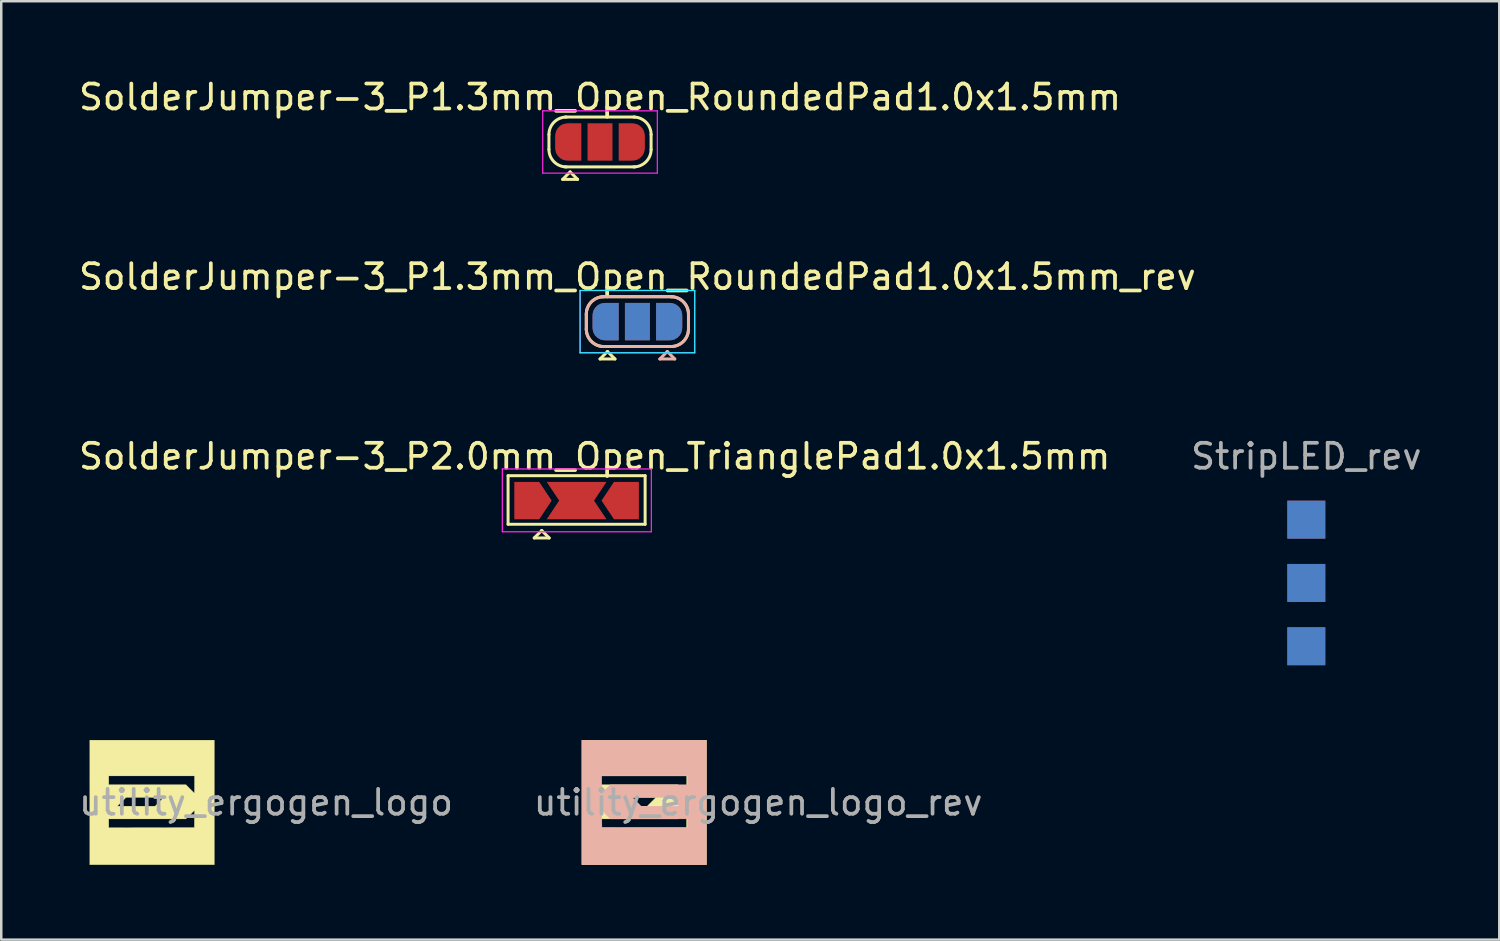
<source format=kicad_pcb>
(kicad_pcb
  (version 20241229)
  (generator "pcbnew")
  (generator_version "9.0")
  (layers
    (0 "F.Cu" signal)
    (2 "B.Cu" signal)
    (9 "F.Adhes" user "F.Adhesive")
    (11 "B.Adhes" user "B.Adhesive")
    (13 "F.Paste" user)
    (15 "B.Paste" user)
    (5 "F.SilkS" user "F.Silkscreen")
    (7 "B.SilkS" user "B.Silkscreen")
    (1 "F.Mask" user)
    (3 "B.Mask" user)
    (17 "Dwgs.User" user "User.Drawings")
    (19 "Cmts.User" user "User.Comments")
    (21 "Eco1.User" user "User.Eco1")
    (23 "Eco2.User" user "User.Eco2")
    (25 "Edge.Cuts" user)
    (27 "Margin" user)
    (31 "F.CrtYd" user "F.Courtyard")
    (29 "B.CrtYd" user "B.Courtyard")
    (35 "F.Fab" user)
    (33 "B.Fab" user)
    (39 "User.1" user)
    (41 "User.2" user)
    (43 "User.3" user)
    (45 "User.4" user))
  (footprint "SolderJumper-3_P2.0mm_Open_TrianglePad1.0x1.5mm"
    (layer "F.Cu")
    (at 20.09 17.04)
    (property "Reference" "SolderJumper-3_P2.0mm_Open_TrianglePad1.0x1.5mm" (at 0.725 -1.775 0) (layer "F.SilkS") (effects (font (size 1 1) (thickness 0.15))))
    (attr exclude_from_pos_files exclude_from_bom)
    (fp_line (start -2.75 -1) (end 2.75 -1) (stroke (width 0.12) (type solid)) (layer "F.SilkS"))
    (fp_line (start -2.75 0.95) (end -2.75 -1) (stroke (width 0.12) (type solid)) (layer "F.SilkS"))
    (fp_line (start -1.7 1.5) (end -1.1 1.5) (stroke (width 0.12) (type solid)) (layer "F.SilkS"))
    (fp_line (start -1.4 1.2) (end -1.7 1.5) (stroke (width 0.12) (type solid)) (layer "F.SilkS"))
    (fp_line (start -1.1 1.5) (end -1.4 1.2) (stroke (width 0.12) (type solid)) (layer "F.SilkS"))
    (fp_line (start 2.75 -1) (end 2.75 0.95) (stroke (width 0.12) (type solid)) (layer "F.SilkS"))
    (fp_line (start 2.75 0.95) (end -2.75 0.95) (stroke (width 0.12) (type solid)) (layer "F.SilkS"))
    (fp_line (start -2.98 -1.27) (end -2.98 1.25) (stroke (width 0.05) (type solid)) (layer "F.CrtYd"))
    (fp_line (start -2.98 -1.27) (end 3 -1.27) (stroke (width 0.05) (type solid)) (layer "F.CrtYd"))
    (fp_line (start 3 1.25) (end -2.98 1.25) (stroke (width 0.05) (type solid)) (layer "F.CrtYd"))
    (fp_line (start 3 1.25) (end 3 -1.27) (stroke (width 0.05) (type solid)) (layer "F.CrtYd"))
    (pad "" smd rect (at -1.2 0) (size 1.5 1.5) (layers "F.Mask"))
    (pad "" smd rect (at 1.2 0) (size 1.5 1.5) (layers "F.Mask"))
    (pad "1" smd custom (at -2 0) (size 0.3 0.3) (layers "F.Cu" "F.Mask") (options (anchor rect)) (primitives (gr_poly (pts (xy 1 0) (xy 0.5 0.75) (xy -0.5 0.75) (xy -0.5 -0.75) (xy 0.5 -0.75)) (width 0) (fill yes))))
    (pad "2" smd custom (at 0 0) (size 0.3 0.3) (layers "F.Cu") (options (anchor rect)) (primitives (gr_poly (pts (xy 0.7 0) (xy 1.2 0.75) (xy -1.2 0.75) (xy -0.7 0) (xy -1.2 -0.75) (xy 1.2 -0.75)) (width 0) (fill yes))))
    (pad "3" smd custom (at 2 0 180) (size 0.3 0.3) (layers "F.Cu" "F.Mask") (options (anchor rect)) (primitives (gr_poly (pts (xy 1 0) (xy 0.5 0.75) (xy -0.5 0.75) (xy -0.5 -0.75) (xy 0.5 -0.75)) (width 0) (fill yes)))))
  (footprint "utility_ergogen_logo_rev"
    (layer "F.Cu")
    (at 22.803 29.153)
    (property "Reference" "utility_ergogen_logo_rev" (at 4.572 0 0) (layer "F.Fab") (effects (font (size 1 1) (thickness 0.15))))
    (attr exclude_from_pos_files exclude_from_bom)
    (fp_poly (pts (xy 2.501 0) (xy 2.501 2.501) (xy 0 2.501) (xy -2.501 2.501) (xy -2.501 1.013) (xy -1.738 1.013) (xy -0.022 1.01) (xy 1.695 1.007) (xy 1.698 0.663) (xy 1.701 0.319) (xy 1.529 0.491) (xy 1.357 0.663) (xy -0.191 0.663) (xy -1.738 0.663) (xy -1.738 0.838) (xy -1.738 1.013) (xy -2.501 1.013) (xy -2.501 0.15) (xy -1.394 0.15) (xy -0.637 0.15) (xy 0.119 0.15) (xy 0.294 -0.025) (xy 0.469 -0.2) (xy -0.288 -0.2) (xy -1.045 -0.2) (xy -1.219 -0.025) (xy -1.394 0.15) (xy -2.501 0.15) (xy -2.501 0) (xy -2.501 -1.063) (xy -1.738 -1.063) (xy -1.738 -0.888) (xy -1.738 -0.713) (xy -0.191 -0.713) (xy 1.357 -0.713) (xy 1.526 -0.544) (xy 1.578 -0.491) (xy 1.625 -0.446) (xy 1.662 -0.409) (xy 1.687 -0.385) (xy 1.697 -0.375) (xy 1.698 -0.375) (xy 1.698 -0.387) (xy 1.699 -0.421) (xy 1.7 -0.473) (xy 1.7 -0.541) (xy 1.701 -0.621) (xy 1.701 -0.71) (xy 1.701 -0.719) (xy 1.701 -1.063) (xy -0.019 -1.063) (xy -1.738 -1.063) (xy -2.501 -1.063) (xy -2.501 -2.501) (xy 0 -2.501) (xy 2.501 -2.501)) (stroke (width 0.01) (type solid)) (fill yes) (layer "F.SilkS"))
    (fp_poly (pts (xy -2.501 0) (xy -2.501 2.501) (xy 0 2.501) (xy 2.501 2.501) (xy 2.501 1.013) (xy 1.738 1.013) (xy 0.022 1.01) (xy -1.695 1.007) (xy -1.698 0.663) (xy -1.701 0.319) (xy -1.529 0.491) (xy -1.357 0.663) (xy 0.191 0.663) (xy 1.738 0.663) (xy 1.738 0.838) (xy 1.738 1.013) (xy 2.501 1.013) (xy 2.501 0.15) (xy 1.394 0.15) (xy 0.637 0.15) (xy -0.119 0.15) (xy -0.294 -0.025) (xy -0.469 -0.2) (xy 0.288 -0.2) (xy 1.045 -0.2) (xy 1.219 -0.025) (xy 1.394 0.15) (xy 2.501 0.15) (xy 2.501 0) (xy 2.501 -1.063) (xy 1.738 -1.063) (xy 1.738 -0.888) (xy 1.738 -0.713) (xy 0.191 -0.713) (xy -1.357 -0.713) (xy -1.526 -0.544) (xy -1.578 -0.491) (xy -1.625 -0.446) (xy -1.662 -0.409) (xy -1.687 -0.385) (xy -1.697 -0.375) (xy -1.698 -0.375) (xy -1.698 -0.387) (xy -1.699 -0.421) (xy -1.7 -0.473) (xy -1.7 -0.541) (xy -1.701 -0.621) (xy -1.701 -0.71) (xy -1.701 -0.719) (xy -1.701 -1.063) (xy 0.019 -1.063) (xy 1.738 -1.063) (xy 2.501 -1.063) (xy 2.501 -2.501) (xy 0 -2.501) (xy -2.501 -2.501)) (stroke (width 0.01) (type solid)) (fill yes) (layer "B.SilkS")))
  (footprint "utility_ergogen_logo"
    (layer "F.Cu")
    (at 3.053 29.153)
    (property "Reference" "utility_ergogen_logo" (at 4.572 0 0) (layer "F.Fab") (effects (font (size 1 1) (thickness 0.15))))
    (attr exclude_from_pos_files exclude_from_bom)
    (fp_poly (pts (xy 2.501 0) (xy 2.501 2.501) (xy 0 2.501) (xy -2.501 2.501) (xy -2.501 1.013) (xy -1.738 1.013) (xy -0.022 1.01) (xy 1.695 1.007) (xy 1.698 0.663) (xy 1.701 0.319) (xy 1.529 0.491) (xy 1.357 0.663) (xy -0.191 0.663) (xy -1.738 0.663) (xy -1.738 0.838) (xy -1.738 1.013) (xy -2.501 1.013) (xy -2.501 0.15) (xy -1.394 0.15) (xy -0.637 0.15) (xy 0.119 0.15) (xy 0.294 -0.025) (xy 0.469 -0.2) (xy -0.288 -0.2) (xy -1.045 -0.2) (xy -1.219 -0.025) (xy -1.394 0.15) (xy -2.501 0.15) (xy -2.501 0) (xy -2.501 -1.063) (xy -1.738 -1.063) (xy -1.738 -0.888) (xy -1.738 -0.713) (xy -0.191 -0.713) (xy 1.357 -0.713) (xy 1.526 -0.544) (xy 1.578 -0.491) (xy 1.625 -0.446) (xy 1.662 -0.409) (xy 1.687 -0.385) (xy 1.697 -0.375) (xy 1.698 -0.375) (xy 1.698 -0.387) (xy 1.699 -0.421) (xy 1.7 -0.473) (xy 1.7 -0.541) (xy 1.701 -0.621) (xy 1.701 -0.71) (xy 1.701 -0.719) (xy 1.701 -1.063) (xy -0.019 -1.063) (xy -1.738 -1.063) (xy -2.501 -1.063) (xy -2.501 -2.501) (xy 0 -2.501) (xy 2.501 -2.501)) (stroke (width 0.01) (type solid)) (fill yes) (layer "F.SilkS")))
  (footprint "StripLED_rev"
    (layer "F.Cu")
    (at 49.375 17.805)
    (property "Reference" "StripLED_rev" (at 0 -2.54 0) (layer "F.Fab") (effects (font (size 1 1) (thickness 0.15))))
    (attr through_hole)
    (pad "1" smd rect (at 0 0) (size 1.524 1.524) (layers "F.Cu" "F.Mask" "F.Paste"))
    (pad "1" smd rect (at 0 5.08) (size 1.524 1.524) (layers "B.Cu" "B.Mask" "B.Paste"))
    (pad "2" smd rect (at 0 2.54) (size 1.524 1.524) (layers "F.Cu" "F.Mask" "F.Paste"))
    (pad "2" smd rect (at 0 2.54) (size 1.524 1.524) (layers "B.Cu" "B.Mask" "B.Paste"))
    (pad "3" smd rect (at 0 0) (size 1.524 1.524) (layers "B.Cu" "B.Mask" "B.Paste"))
    (pad "3" smd rect (at 0 5.08) (size 1.524 1.524) (layers "F.Cu" "F.Mask" "F.Paste")))
  (footprint "SolderJumper-3_P1.3mm_Open_RoundedPad1.0x1.5mm"
    (layer "F.Cu")
    (at 21.03 2.648)
    (property "Reference" "SolderJumper-3_P1.3mm_Open_RoundedPad1.0x1.5mm" (at 0 -1.8 0) (layer "F.SilkS") (effects (font (size 1 1) (thickness 0.15))))
    (attr exclude_from_pos_files exclude_from_bom)
    (fp_line (start -2.05 0.3) (end -2.05 -0.3) (stroke (width 0.12) (type solid)) (layer "F.SilkS"))
    (fp_line (start -1.5 1.5) (end -0.9 1.5) (stroke (width 0.12) (type solid)) (layer "F.SilkS"))
    (fp_line (start -1.4 -1) (end 1.4 -1) (stroke (width 0.12) (type solid)) (layer "F.SilkS"))
    (fp_line (start -1.2 1.2) (end -1.5 1.5) (stroke (width 0.12) (type solid)) (layer "F.SilkS"))
    (fp_line (start -1.2 1.2) (end -0.9 1.5) (stroke (width 0.12) (type solid)) (layer "F.SilkS"))
    (fp_line (start 1.4 1) (end -1.4 1) (stroke (width 0.12) (type solid)) (layer "F.SilkS"))
    (fp_line (start 2.05 -0.3) (end 2.05 0.3) (stroke (width 0.12) (type solid)) (layer "F.SilkS"))
    (fp_arc (start -2.05 -0.3) (mid -1.844975 -0.794975) (end -1.35 -1) (stroke (width 0.12) (type solid)) (layer "F.SilkS"))
    (fp_arc (start -1.35 1) (mid -1.844975 0.794975) (end -2.05 0.3) (stroke (width 0.12) (type solid)) (layer "F.SilkS"))
    (fp_arc (start 1.35 -1) (mid 1.844975 -0.794975) (end 2.05 -0.3) (stroke (width 0.12) (type solid)) (layer "F.SilkS"))
    (fp_arc (start 2.05 0.3) (mid 1.844975 0.794975) (end 1.35 1) (stroke (width 0.12) (type solid)) (layer "F.SilkS"))
    (fp_line (start -2.3 -1.25) (end -2.3 1.25) (stroke (width 0.05) (type solid)) (layer "F.CrtYd"))
    (fp_line (start -2.3 -1.25) (end 2.3 -1.25) (stroke (width 0.05) (type solid)) (layer "F.CrtYd"))
    (fp_line (start 2.3 1.25) (end -2.3 1.25) (stroke (width 0.05) (type solid)) (layer "F.CrtYd"))
    (fp_line (start 2.3 1.25) (end 2.3 -1.25) (stroke (width 0.05) (type solid)) (layer "F.CrtYd"))
    (pad "1" smd custom (at -1.3 0) (size 1 0.5) (layers "F.Cu" "F.Mask") (options (anchor rect)) (primitives (gr_circle (center 0 0.25) (end 0.5 0.25) (width 0) (fill yes)) (gr_circle (center 0 -0.25) (end 0.5 -0.25) (width 0) (fill yes)) (gr_poly (pts (xy 0.55 0.75) (xy 0 0.75) (xy 0 -0.75) (xy 0.55 -0.75)) (width 0) (fill yes))))
    (pad "2" smd rect (at 0 0) (size 1 1.5) (layers "F.Cu" "F.Mask"))
    (pad "3" smd custom (at 1.3 0) (size 1 0.5) (layers "F.Cu" "F.Mask") (options (anchor rect)) (primitives (gr_circle (center 0 0.25) (end 0.5 0.25) (width 0) (fill yes)) (gr_circle (center 0 -0.25) (end 0.5 -0.25) (width 0) (fill yes)) (gr_poly (pts (xy 0 0.75) (xy -0.55 0.75) (xy -0.55 -0.75) (xy 0 -0.75)) (width 0) (fill yes)))))
  (footprint "SolderJumper-3_P1.3mm_Open_RoundedPad1.0x1.5mm_rev"
    (layer "F.Cu")
    (at 22.53 9.857)
    (property "Reference" "SolderJumper-3_P1.3mm_Open_RoundedPad1.0x1.5mm_rev" (at 0 -1.8 0) (layer "F.SilkS") (effects (font (size 1 1) (thickness 0.15))))
    (attr exclude_from_pos_files exclude_from_bom)
    (fp_line (start -2.05 0.3) (end -2.05 -0.3) (stroke (width 0.12) (type solid)) (layer "F.SilkS"))
    (fp_line (start -1.5 1.5) (end -0.9 1.5) (stroke (width 0.12) (type solid)) (layer "F.SilkS"))
    (fp_line (start -1.4 -1) (end 1.4 -1) (stroke (width 0.12) (type solid)) (layer "F.SilkS"))
    (fp_line (start -1.2 1.2) (end -1.5 1.5) (stroke (width 0.12) (type solid)) (layer "F.SilkS"))
    (fp_line (start -1.2 1.2) (end -0.9 1.5) (stroke (width 0.12) (type solid)) (layer "F.SilkS"))
    (fp_line (start 1.4 1) (end -1.4 1) (stroke (width 0.12) (type solid)) (layer "F.SilkS"))
    (fp_line (start 2.05 -0.3) (end 2.05 0.3) (stroke (width 0.12) (type solid)) (layer "F.SilkS"))
    (fp_arc (start -2.05 -0.3) (mid -1.844975 -0.794975) (end -1.35 -1) (stroke (width 0.12) (type solid)) (layer "F.SilkS"))
    (fp_arc (start -1.35 1) (mid -1.844975 0.794975) (end -2.05 0.3) (stroke (width 0.12) (type solid)) (layer "F.SilkS"))
    (fp_arc (start 1.35 -1) (mid 1.844975 -0.794975) (end 2.05 -0.3) (stroke (width 0.12) (type solid)) (layer "F.SilkS"))
    (fp_arc (start 2.05 0.3) (mid 1.844975 0.794975) (end 1.35 1) (stroke (width 0.12) (type solid)) (layer "F.SilkS"))
    (fp_line (start -2.05 -0.3) (end -2.05 0.3) (stroke (width 0.12) (type solid)) (layer "B.SilkS"))
    (fp_line (start -1.4 1) (end 1.4 1) (stroke (width 0.12) (type solid)) (layer "B.SilkS"))
    (fp_line (start 1.2 1.2) (end 0.9 1.5) (stroke (width 0.12) (type solid)) (layer "B.SilkS"))
    (fp_line (start 1.2 1.2) (end 1.5 1.5) (stroke (width 0.12) (type solid)) (layer "B.SilkS"))
    (fp_line (start 1.4 -1) (end -1.4 -1) (stroke (width 0.12) (type solid)) (layer "B.SilkS"))
    (fp_line (start 1.5 1.5) (end 0.9 1.5) (stroke (width 0.12) (type solid)) (layer "B.SilkS"))
    (fp_line (start 2.05 0.3) (end 2.05 -0.3) (stroke (width 0.12) (type solid)) (layer "B.SilkS"))
    (fp_arc (start -2.05 -0.3) (mid -1.844975 -0.794975) (end -1.35 -1) (stroke (width 0.12) (type solid)) (layer "B.SilkS"))
    (fp_arc (start -1.35 1) (mid -1.844975 0.794975) (end -2.05 0.3) (stroke (width 0.12) (type solid)) (layer "B.SilkS"))
    (fp_arc (start 1.35 -1) (mid 1.844975 -0.794975) (end 2.05 -0.3) (stroke (width 0.12) (type solid)) (layer "B.SilkS"))
    (fp_arc (start 2.05 0.3) (mid 1.844975 0.794975) (end 1.35 1) (stroke (width 0.12) (type solid)) (layer "B.SilkS"))
    (fp_line (start -2.3 1.25) (end -2.3 -1.25) (stroke (width 0.05) (type solid)) (layer "B.CrtYd"))
    (fp_line (start -2.3 1.25) (end 2.3 1.25) (stroke (width 0.05) (type solid)) (layer "B.CrtYd"))
    (fp_line (start 2.3 -1.25) (end -2.3 -1.25) (stroke (width 0.05) (type solid)) (layer "B.CrtYd"))
    (fp_line (start 2.3 -1.25) (end 2.3 1.25) (stroke (width 0.05) (type solid)) (layer "B.CrtYd"))
    (fp_line (start -2.3 -1.25) (end -2.3 1.25) (stroke (width 0.05) (type solid)) (layer "F.CrtYd"))
    (fp_line (start -2.3 -1.25) (end 2.3 -1.25) (stroke (width 0.05) (type solid)) (layer "F.CrtYd"))
    (fp_line (start 2.3 1.25) (end -2.3 1.25) (stroke (width 0.05) (type solid)) (layer "F.CrtYd"))
    (fp_line (start 2.3 1.25) (end 2.3 -1.25) (stroke (width 0.05) (type solid)) (layer "F.CrtYd"))
    (pad "1" smd custom (at -1.3 0) (size 1 0.5) (layers "F.Cu" "F.Mask") (options (anchor rect)) (primitives (gr_circle (center 0 0.25) (end 0.5 0.25) (width 0) (fill yes)) (gr_circle (center 0 -0.25) (end 0.5 -0.25) (width 0) (fill yes)) (gr_poly (pts (xy 0.55 0.75) (xy 0 0.75) (xy 0 -0.75) (xy 0.55 -0.75)) (width 0) (fill yes))))
    (pad "1" smd custom (at -1.3 0) (size 1 0.5) (layers "B.Cu" "B.Mask") (options (anchor rect)) (primitives (gr_circle (center 0 0.25) (end -0.5 0.25) (width 0) (fill yes)) (gr_circle (center 0 -0.25) (end -0.5 -0.25) (width 0) (fill yes)) (gr_poly (pts (xy 0 0.75) (xy 0.55 0.75) (xy 0.55 -0.75) (xy 0 -0.75)) (width 0) (fill yes))))
    (pad "2" smd rect (at 0 0) (size 1 1.5) (layers "F.Cu" "F.Mask"))
    (pad "2" smd rect (at 0 0) (size 1 1.5) (layers "B.Cu" "B.Mask"))
    (pad "3" smd custom (at 1.3 0) (size 1 0.5) (layers "F.Cu" "F.Mask") (options (anchor rect)) (primitives (gr_circle (center 0 0.25) (end 0.5 0.25) (width 0) (fill yes)) (gr_circle (center 0 -0.25) (end 0.5 -0.25) (width 0) (fill yes)) (gr_poly (pts (xy 0 0.75) (xy -0.55 0.75) (xy -0.55 -0.75) (xy 0 -0.75)) (width 0) (fill yes))))
    (pad "3" smd custom (at 1.3 0) (size 1 0.5) (layers "B.Cu" "B.Mask") (options (anchor rect)) (primitives (gr_circle (center 0 0.25) (end -0.5 0.25) (width 0) (fill yes)) (gr_circle (center 0 -0.25) (end -0.5 -0.25) (width 0) (fill yes)) (gr_poly (pts (xy -0.55 0.75) (xy 0 0.75) (xy 0 -0.75) (xy -0.55 -0.75)) (width 0) (fill yes)))))
  (gr_rect
    (start -3 -3)
    (end 57.119 34.659)
    (stroke (width 0.1) (type default))
    (fill no)
    (layer "Edge.Cuts")))
</source>
